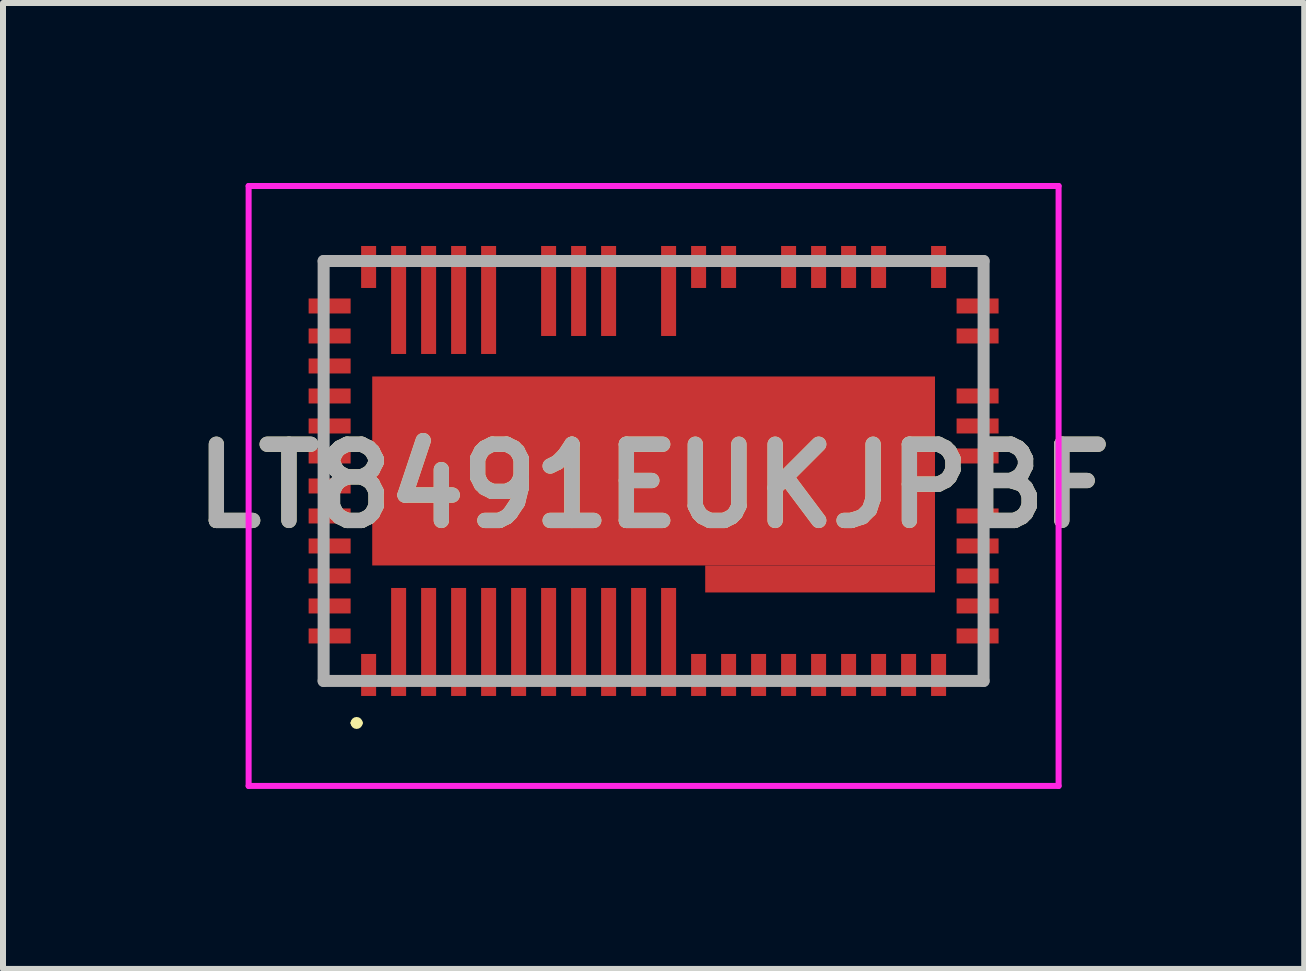
<source format=kicad_pcb>
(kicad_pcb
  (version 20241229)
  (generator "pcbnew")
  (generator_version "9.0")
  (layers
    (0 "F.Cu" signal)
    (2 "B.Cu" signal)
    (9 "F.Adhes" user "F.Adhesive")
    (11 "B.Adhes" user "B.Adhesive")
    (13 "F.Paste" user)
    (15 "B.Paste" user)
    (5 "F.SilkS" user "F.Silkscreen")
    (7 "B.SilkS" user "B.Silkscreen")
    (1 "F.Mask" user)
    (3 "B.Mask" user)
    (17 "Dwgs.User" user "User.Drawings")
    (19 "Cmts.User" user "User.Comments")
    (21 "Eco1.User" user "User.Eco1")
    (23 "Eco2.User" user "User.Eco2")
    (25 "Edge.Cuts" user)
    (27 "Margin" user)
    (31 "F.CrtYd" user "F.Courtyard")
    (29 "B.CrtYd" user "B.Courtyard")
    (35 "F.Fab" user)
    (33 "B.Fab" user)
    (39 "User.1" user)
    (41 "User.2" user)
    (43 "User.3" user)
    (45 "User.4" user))
  (footprint "LT8491EUKJPBF"
    (layer "F.Cu")
    (at 7.844 4.8)
    (property "Reference" "LT8491EUKJPBF" (at 0 0.25 0) (layer "F.SilkS") (effects (font (size 1.27 1.27) (thickness 0.254))))
    (attr smd)
    (fp_line (start -5.5 -3.5) (end -5 -3.5) (stroke (width 0.1) (type solid)) (layer "F.SilkS"))
    (fp_line (start -5.5 -3) (end -5.5 -3.5) (stroke (width 0.1) (type solid)) (layer "F.SilkS"))
    (fp_line (start -5.5 3) (end -5.5 3.5) (stroke (width 0.1) (type solid)) (layer "F.SilkS"))
    (fp_line (start -5.5 3.5) (end -5 3.5) (stroke (width 0.1) (type solid)) (layer "F.SilkS"))
    (fp_line (start -5 4.2) (end -5 4.2) (stroke (width 0.1) (type solid)) (layer "F.SilkS"))
    (fp_line (start -4.9 4.2) (end -4.9 4.2) (stroke (width 0.1) (type solid)) (layer "F.SilkS"))
    (fp_line (start -2.4 -3.5) (end -2 -3.5) (stroke (width 0.1) (type solid)) (layer "F.SilkS"))
    (fp_line (start -0.4 -3.5) (end 0 -3.5) (stroke (width 0.1) (type solid)) (layer "F.SilkS"))
    (fp_line (start 1.6 -3.5) (end 2 -3.5) (stroke (width 0.1) (type solid)) (layer "F.SilkS"))
    (fp_line (start 4.4 -3.5) (end 4 -3.5) (stroke (width 0.1) (type solid)) (layer "F.SilkS"))
    (fp_line (start 5 -3.5) (end 5.5 -3.5) (stroke (width 0.1) (type solid)) (layer "F.SilkS"))
    (fp_line (start 5 3.5) (end 5.5 3.5) (stroke (width 0.1) (type solid)) (layer "F.SilkS"))
    (fp_line (start 5.5 -3.5) (end 5.5 -3) (stroke (width 0.1) (type solid)) (layer "F.SilkS"))
    (fp_line (start 5.5 -2) (end 5.5 -1.6) (stroke (width 0.1) (type solid)) (layer "F.SilkS"))
    (fp_line (start 5.5 0) (end 5.5 0.4) (stroke (width 0.1) (type solid)) (layer "F.SilkS"))
    (fp_line (start 5.5 3.5) (end 5.5 3) (stroke (width 0.1) (type solid)) (layer "F.SilkS"))
    (fp_arc (start -5 4.2) (mid -4.95 4.15) (end -4.9 4.2) (stroke (width 0.1) (type solid)) (layer "F.SilkS"))
    (fp_arc (start -4.9 4.2) (mid -4.95 4.25) (end -5 4.2) (stroke (width 0.1) (type solid)) (layer "F.SilkS"))
    (fp_line (start -6.75 -4.75) (end 6.75 -4.75) (stroke (width 0.1) (type solid)) (layer "F.CrtYd"))
    (fp_line (start -6.75 5.25) (end -6.75 -4.75) (stroke (width 0.1) (type solid)) (layer "F.CrtYd"))
    (fp_line (start 6.75 -4.75) (end 6.75 5.25) (stroke (width 0.1) (type solid)) (layer "F.CrtYd"))
    (fp_line (start 6.75 5.25) (end -6.75 5.25) (stroke (width 0.1) (type solid)) (layer "F.CrtYd"))
    (fp_line (start -5.5 -3.5) (end 5.5 -3.5) (stroke (width 0.2) (type solid)) (layer "F.Fab"))
    (fp_line (start -5.5 3.5) (end -5.5 -3.5) (stroke (width 0.2) (type solid)) (layer "F.Fab"))
    (fp_line (start 5.5 -3.5) (end 5.5 3.5) (stroke (width 0.2) (type solid)) (layer "F.Fab"))
    (fp_line (start 5.5 3.5) (end -5.5 3.5) (stroke (width 0.2) (type solid)) (layer "F.Fab"))
    (fp_text user "${REFERENCE}" (at 0 0.25 0) (layer "F.Fab") (effects (font (size 1.27 1.27) (thickness 0.254))))
    (pad "1" smd rect (at -4.75 3.4) (size 0.25 0.7) (layers "F.Cu" "F.Mask" "F.Paste"))
    (pad "2" smd rect (at -4.25 2.85) (size 0.25 1.8) (layers "F.Cu" "F.Mask" "F.Paste"))
    (pad "3" smd rect (at -3.75 2.85) (size 0.25 1.8) (layers "F.Cu" "F.Mask" "F.Paste"))
    (pad "4" smd rect (at -3.25 2.85) (size 0.25 1.8) (layers "F.Cu" "F.Mask" "F.Paste"))
    (pad "5" smd rect (at -2.75 2.85) (size 0.25 1.8) (layers "F.Cu" "F.Mask" "F.Paste"))
    (pad "6" smd rect (at -2.25 2.85) (size 0.25 1.8) (layers "F.Cu" "F.Mask" "F.Paste"))
    (pad "7" smd rect (at -1.75 2.85) (size 0.25 1.8) (layers "F.Cu" "F.Mask" "F.Paste"))
    (pad "8" smd rect (at -1.25 2.85) (size 0.25 1.8) (layers "F.Cu" "F.Mask" "F.Paste"))
    (pad "9" smd rect (at -0.75 2.85) (size 0.25 1.8) (layers "F.Cu" "F.Mask" "F.Paste"))
    (pad "10" smd rect (at -0.25 2.85) (size 0.25 1.8) (layers "F.Cu" "F.Mask" "F.Paste"))
    (pad "11" smd rect (at 0.25 2.85) (size 0.25 1.8) (layers "F.Cu" "F.Mask" "F.Paste"))
    (pad "12" smd rect (at 0.75 3.4) (size 0.25 0.7) (layers "F.Cu" "F.Mask" "F.Paste"))
    (pad "13" smd rect (at 1.25 3.4) (size 0.25 0.7) (layers "F.Cu" "F.Mask" "F.Paste"))
    (pad "14" smd rect (at 1.75 3.4) (size 0.25 0.7) (layers "F.Cu" "F.Mask" "F.Paste"))
    (pad "15" smd rect (at 2.25 3.4) (size 0.25 0.7) (layers "F.Cu" "F.Mask" "F.Paste"))
    (pad "16" smd rect (at 2.75 3.4) (size 0.25 0.7) (layers "F.Cu" "F.Mask" "F.Paste"))
    (pad "17" smd rect (at 3.25 3.4) (size 0.25 0.7) (layers "F.Cu" "F.Mask" "F.Paste"))
    (pad "18" smd rect (at 3.75 3.4) (size 0.25 0.7) (layers "F.Cu" "F.Mask" "F.Paste"))
    (pad "19" smd rect (at 4.25 3.4) (size 0.25 0.7) (layers "F.Cu" "F.Mask" "F.Paste"))
    (pad "20" smd rect (at 4.75 3.4) (size 0.25 0.7) (layers "F.Cu" "F.Mask" "F.Paste"))
    (pad "21" smd rect (at 5.4 2.75 90) (size 0.25 0.7) (layers "F.Cu" "F.Mask" "F.Paste"))
    (pad "22" smd rect (at 5.4 2.25 90) (size 0.25 0.7) (layers "F.Cu" "F.Mask" "F.Paste"))
    (pad "23" smd rect (at 5.4 1.75 90) (size 0.25 0.7) (layers "F.Cu" "F.Mask" "F.Paste"))
    (pad "24" smd rect (at 5.4 1.25 90) (size 0.25 0.7) (layers "F.Cu" "F.Mask" "F.Paste"))
    (pad "25" smd rect (at 5.4 0.75 90) (size 0.25 0.7) (layers "F.Cu" "F.Mask" "F.Paste"))
    (pad "27" smd rect (at 5.4 -0.25 90) (size 0.25 0.7) (layers "F.Cu" "F.Mask" "F.Paste"))
    (pad "28" smd rect (at 5.4 -0.75 90) (size 0.25 0.7) (layers "F.Cu" "F.Mask" "F.Paste"))
    (pad "29" smd rect (at 5.4 -1.25 90) (size 0.25 0.7) (layers "F.Cu" "F.Mask" "F.Paste"))
    (pad "31" smd rect (at 5.4 -2.25 90) (size 0.25 0.7) (layers "F.Cu" "F.Mask" "F.Paste"))
    (pad "32" smd rect (at 5.4 -2.75 90) (size 0.25 0.7) (layers "F.Cu" "F.Mask" "F.Paste"))
    (pad "33" smd rect (at 4.75 -3.4) (size 0.25 0.7) (layers "F.Cu" "F.Mask" "F.Paste"))
    (pad "35" smd rect (at 3.75 -3.4) (size 0.25 0.7) (layers "F.Cu" "F.Mask" "F.Paste"))
    (pad "36" smd rect (at 3.25 -3.4) (size 0.25 0.7) (layers "F.Cu" "F.Mask" "F.Paste"))
    (pad "37" smd rect (at 2.75 -3.4) (size 0.25 0.7) (layers "F.Cu" "F.Mask" "F.Paste"))
    (pad "38" smd rect (at 2.25 -3.4) (size 0.25 0.7) (layers "F.Cu" "F.Mask" "F.Paste"))
    (pad "40" smd rect (at 1.25 -3.4) (size 0.25 0.7) (layers "F.Cu" "F.Mask" "F.Paste"))
    (pad "41" smd rect (at 0.75 -3.4) (size 0.25 0.7) (layers "F.Cu" "F.Mask" "F.Paste"))
    (pad "42" smd rect (at 0.25 -3) (size 0.25 1.5) (layers "F.Cu" "F.Mask" "F.Paste"))
    (pad "44" smd rect (at -0.75 -3) (size 0.25 1.5) (layers "F.Cu" "F.Mask" "F.Paste"))
    (pad "45" smd rect (at -1.25 -3) (size 0.25 1.5) (layers "F.Cu" "F.Mask" "F.Paste"))
    (pad "46" smd rect (at -1.75 -3) (size 0.25 1.5) (layers "F.Cu" "F.Mask" "F.Paste"))
    (pad "48" smd rect (at -2.75 -2.85) (size 0.25 1.8) (layers "F.Cu" "F.Mask" "F.Paste"))
    (pad "49" smd rect (at -3.25 -2.85) (size 0.25 1.8) (layers "F.Cu" "F.Mask" "F.Paste"))
    (pad "50" smd rect (at -3.75 -2.85) (size 0.25 1.8) (layers "F.Cu" "F.Mask" "F.Paste"))
    (pad "51" smd rect (at -4.25 -2.85) (size 0.25 1.8) (layers "F.Cu" "F.Mask" "F.Paste"))
    (pad "52" smd rect (at -4.75 -3.4) (size 0.25 0.7) (layers "F.Cu" "F.Mask" "F.Paste"))
    (pad "53" smd rect (at -5.4 -2.75 90) (size 0.25 0.7) (layers "F.Cu" "F.Mask" "F.Paste"))
    (pad "54" smd rect (at -5.4 -2.25 90) (size 0.25 0.7) (layers "F.Cu" "F.Mask" "F.Paste"))
    (pad "55" smd rect (at -5.4 -1.75 90) (size 0.25 0.7) (layers "F.Cu" "F.Mask" "F.Paste"))
    (pad "56" smd rect (at -5.4 -1.25 90) (size 0.25 0.7) (layers "F.Cu" "F.Mask" "F.Paste"))
    (pad "57" smd rect (at -5.4 -0.75 90) (size 0.25 0.7) (layers "F.Cu" "F.Mask" "F.Paste"))
    (pad "58" smd rect (at -5.4 -0.25 90) (size 0.25 0.7) (layers "F.Cu" "F.Mask" "F.Paste"))
    (pad "59" smd rect (at -5.4 0.25 90) (size 0.25 0.7) (layers "F.Cu" "F.Mask" "F.Paste"))
    (pad "60" smd rect (at -5.4 0.75 90) (size 0.25 0.7) (layers "F.Cu" "F.Mask" "F.Paste"))
    (pad "61" smd rect (at -5.4 1.25 90) (size 0.25 0.7) (layers "F.Cu" "F.Mask" "F.Paste"))
    (pad "62" smd rect (at -5.4 1.75 90) (size 0.25 0.7) (layers "F.Cu" "F.Mask" "F.Paste"))
    (pad "63" smd rect (at -5.4 2.25 90) (size 0.25 0.7) (layers "F.Cu" "F.Mask" "F.Paste"))
    (pad "64" smd rect (at 0 0 90) (size 3.15 9.38) (layers "F.Cu" "F.Mask" "F.Paste"))
    (pad "65" smd rect (at -5.4 2.75 90) (size 0.25 0.7) (layers "F.Cu" "F.Mask" "F.Paste"))
    (pad "66" smd rect (at 2.775 1.8 90) (size 0.45 3.83) (layers "F.Cu" "F.Mask" "F.Paste")))
  (gr_rect
    (start -3 -3)
    (end 18.688 13.1)
    (stroke (width 0.1) (type default))
    (fill no)
    (layer "Edge.Cuts")))
</source>
